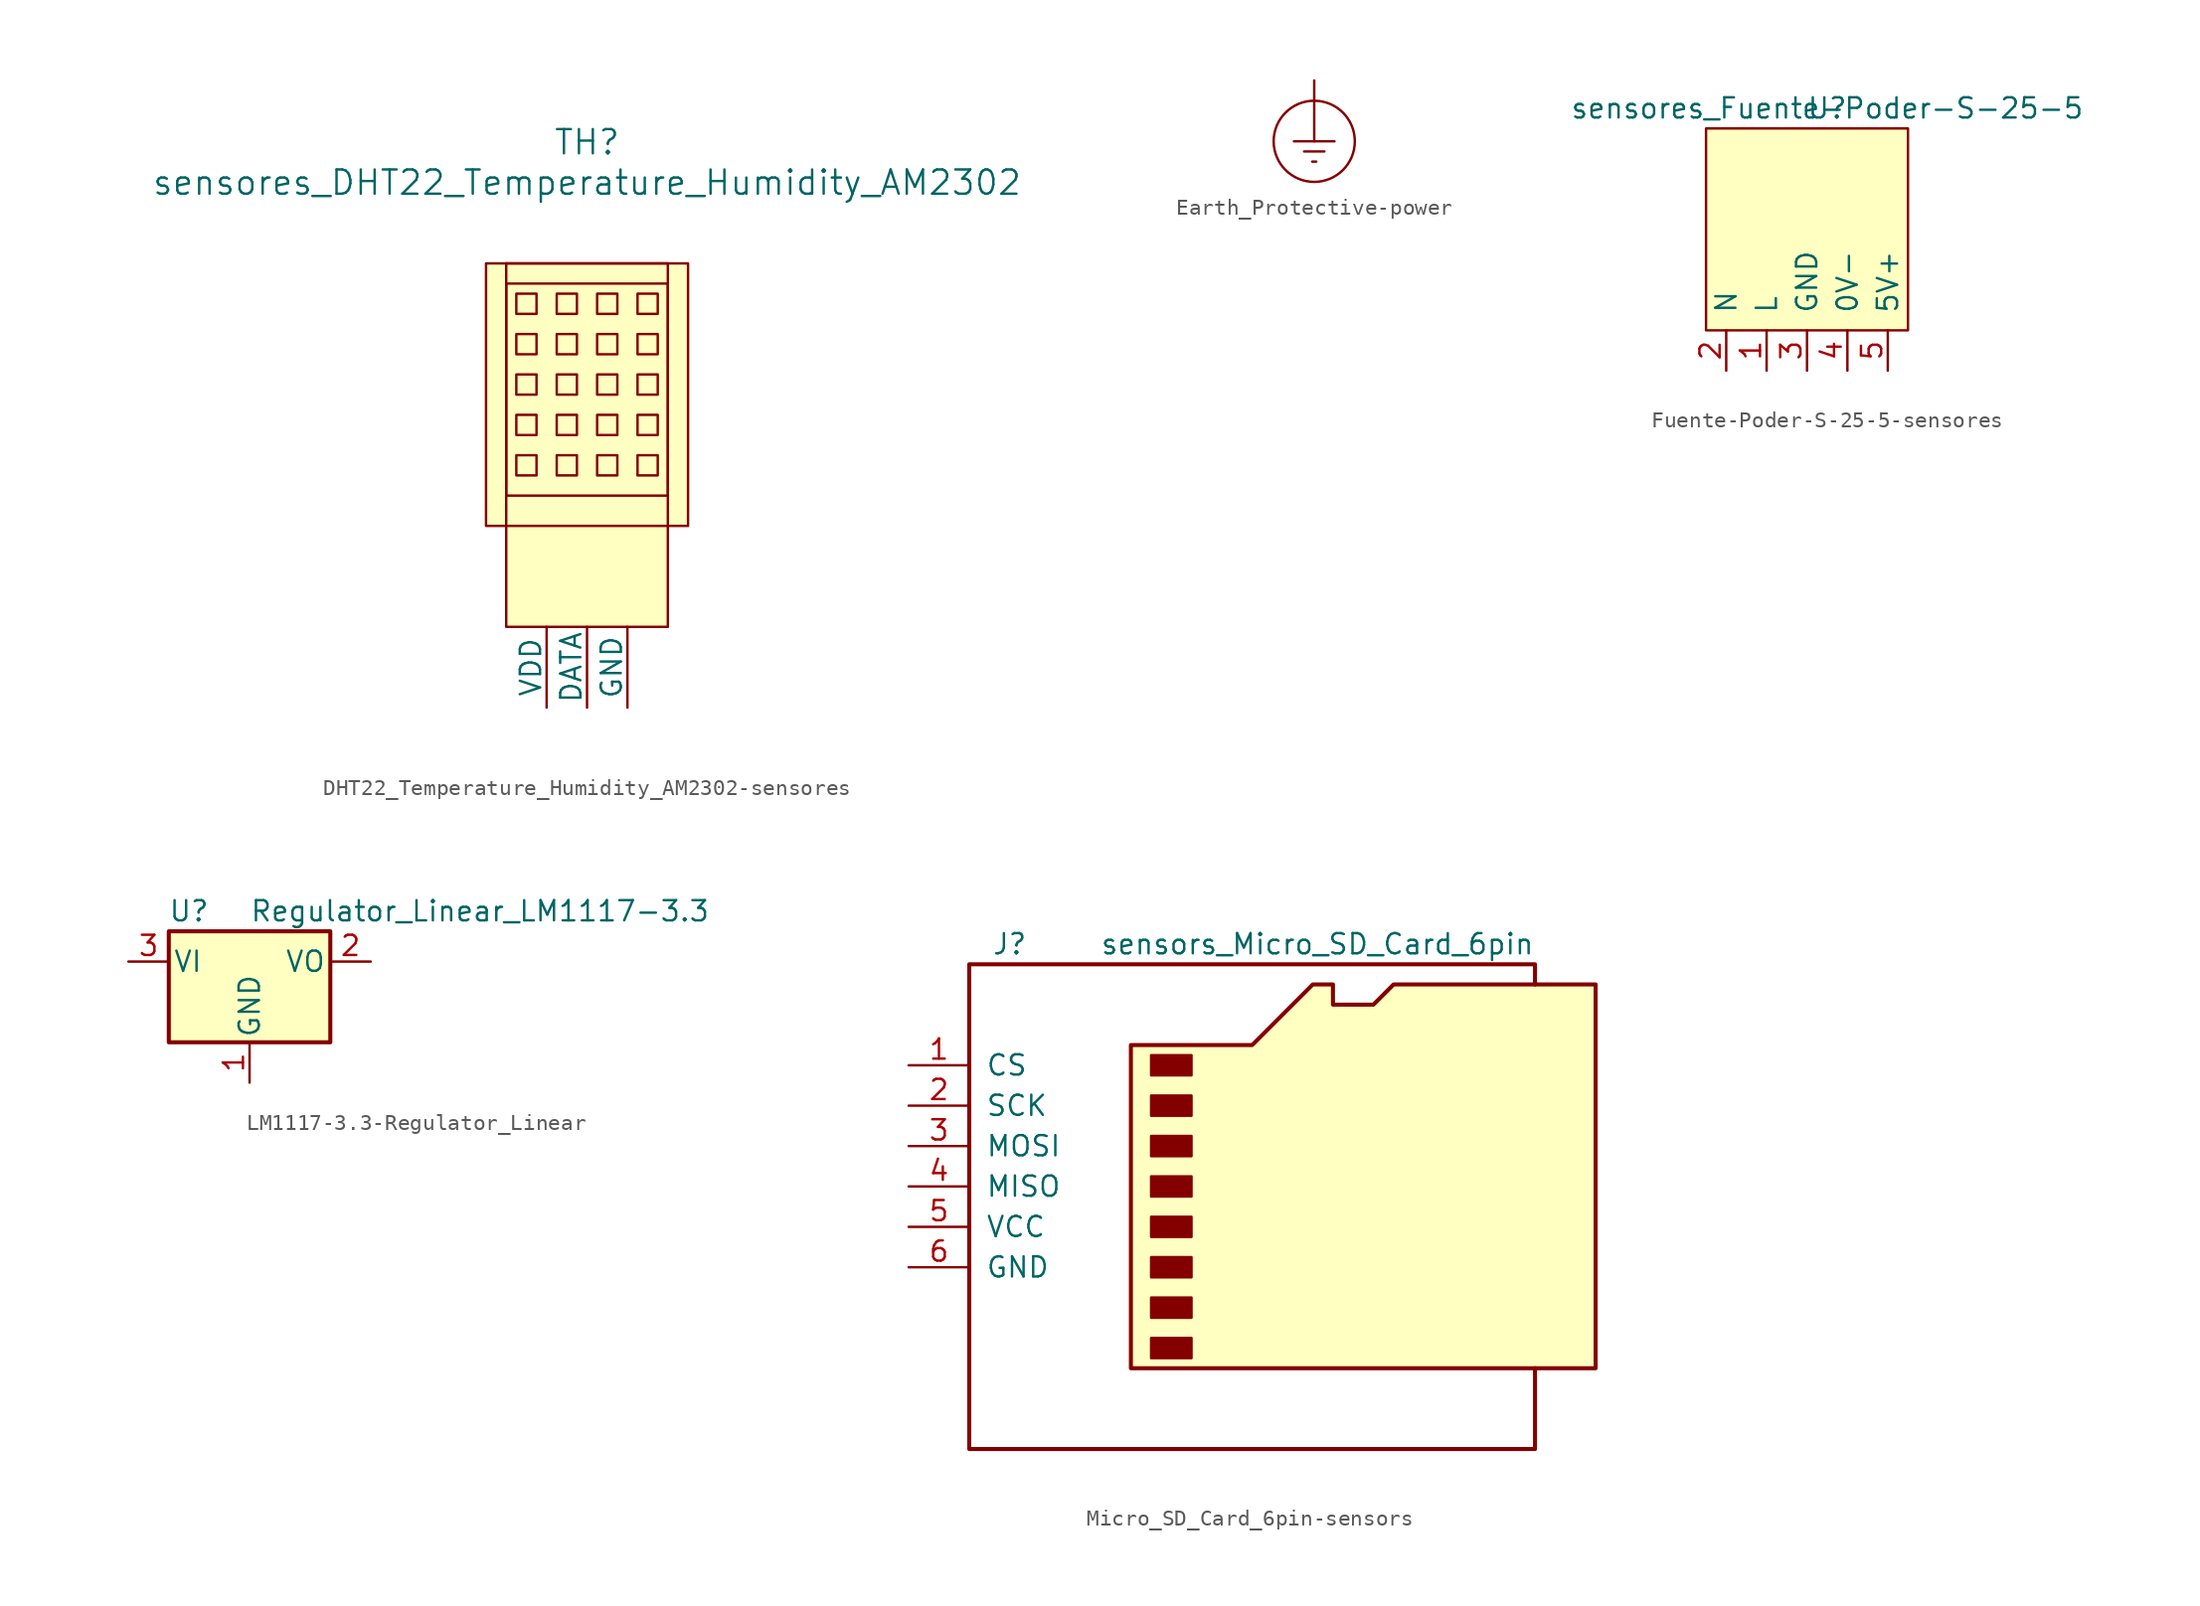
<source format=kicad_sym>
(kicad_symbol_lib
  (version 20231120)
  (generator "kicad_symbol_editor")
  (generator_version "8.0")
  (symbol "DHT22_Temperature_Humidity_AM2302-sensores"
    (pin_numbers hide)
    (pin_names
      (offset 0))
    (property "Reference" "TH"
      (at 0 26.67 0)
      (effects (font (size 1.524 1.524))))
    (property "Value" "sensores_DHT22_Temperature_Humidity_AM2302"
      (at 0 24.13 0)
      (effects (font (size 1.524 1.524))))
    (property "Footprint" ""
      (at 1.27 -2.54 0)
      (effects (font (size 1.524 1.524))))
    (property "Datasheet" ""
      (at 1.27 -2.54 0)
      (effects (font (size 1.524 1.524))))
    (symbol "DHT22_Temperature_Humidity_AM2302-sensores_0_1"
      (rectangle (start -6.35 2.54) (end 6.35 19.05) (stroke (width 0) (type solid)) (fill (type background)))
      (rectangle (start -5.08 19.05) (end -5.08 19.05) (stroke (width 0) (type solid)) (fill (type none)))
      (rectangle (start -4.445 6.985) (end -3.175 5.715) (stroke (width 0) (type solid)) (fill (type none)))
      (rectangle (start -4.445 9.525) (end -3.175 8.255) (stroke (width 0) (type solid)) (fill (type none)))
      (rectangle (start -4.445 12.065) (end -3.175 10.795) (stroke (width 0) (type solid)) (fill (type none)))
      (rectangle (start -4.445 14.605) (end -3.175 13.335) (stroke (width 0) (type solid)) (fill (type none)))
      (rectangle (start -4.445 17.145) (end -3.175 15.875) (stroke (width 0) (type solid)) (fill (type none)))
      (rectangle (start -1.905 5.715) (end -0.635 6.985) (stroke (width 0) (type solid)) (fill (type none)))
      (rectangle (start -1.905 8.255) (end -0.635 9.525) (stroke (width 0) (type solid)) (fill (type none)))
      (rectangle (start -1.905 10.795) (end -0.635 12.065) (stroke (width 0) (type solid)) (fill (type none)))
      (rectangle (start -1.905 13.335) (end -0.635 14.605) (stroke (width 0) (type solid)) (fill (type none)))
      (rectangle (start -1.905 15.875) (end -0.635 17.145) (stroke (width 0) (type solid)) (fill (type none)))
      (rectangle (start 0.635 5.715) (end 1.905 6.985) (stroke (width 0) (type solid)) (fill (type none)))
      (rectangle (start 0.635 8.255) (end 1.905 9.525) (stroke (width 0) (type solid)) (fill (type none)))
      (rectangle (start 0.635 10.795) (end 1.905 12.065) (stroke (width 0) (type solid)) (fill (type none)))
      (rectangle (start 0.635 13.335) (end 1.905 14.605) (stroke (width 0) (type solid)) (fill (type none)))
      (rectangle (start 0.635 15.875) (end 1.905 17.145) (stroke (width 0) (type solid)) (fill (type none)))
      (rectangle (start 3.175 5.715) (end 4.445 6.985) (stroke (width 0) (type solid)) (fill (type none)))
      (rectangle (start 3.175 8.255) (end 4.445 9.525) (stroke (width 0) (type solid)) (fill (type none)))
      (rectangle (start 3.175 10.795) (end 4.445 12.065) (stroke (width 0) (type solid)) (fill (type none)))
      (rectangle (start 3.175 13.335) (end 4.445 14.605) (stroke (width 0) (type solid)) (fill (type none)))
      (rectangle (start 3.175 15.875) (end 4.445 17.145) (stroke (width 0) (type solid)) (fill (type none)))
      (rectangle (start 5.08 -3.81) (end -5.08 19.05) (stroke (width 0) (type solid)) (fill (type background)))
      (rectangle (start 5.08 4.445) (end -5.08 17.78) (stroke (width 0) (type solid)) (fill (type none))))
    (symbol "DHT22_Temperature_Humidity_AM2302-sensores_1_1"
      (pin power_in line (at -2.54 -8.89 90) (length 5.08) (name "VDD" (effects (font (size 1.27 1.27)))) (number "1" (effects (font (size 1.27 1.27)))))
      (pin input line (at 0 -8.89 90) (length 5.08) (name "DATA" (effects (font (size 1.27 1.27)))) (number "2" (effects (font (size 1.27 1.27)))))
      (pin power_in line (at 2.54 -8.89 90) (length 5.08) (name "GND" (effects (font (size 1.27 1.27)))) (number "3" (effects (font (size 1.27 1.27)))))))
  (symbol "Earth_Protective-power"
    (power)
    (pin_names
      (offset 0))
    (property "Reference" "#PWR"
      (at 6.35 -6.35 0)
      (effects (font (size 1.27 1.27)) (hide yes)))
    (symbol "Earth_Protective-power_0_1"
      (circle (center 0 -3.81) (radius 2.54) (stroke (width 0) (type solid)) (fill (type none)))
      (polyline (pts (xy -0.635 -4.445) (xy 0.635 -4.445)) (stroke (width 0) (type solid)) (fill (type none)))
      (polyline (pts (xy -0.127 -5.08) (xy 0.127 -5.08)) (stroke (width 0) (type solid)) (fill (type none)))
      (polyline (pts (xy 0 -3.81) (xy 0 0)) (stroke (width 0) (type solid)) (fill (type none)))
      (polyline (pts (xy 1.27 -3.81) (xy -1.27 -3.81)) (stroke (width 0) (type solid)) (fill (type none))))
    (symbol "Earth_Protective-power_1_1"
      (pin power_in line (at 0 0 270) (length 0) hide (name "Earth_Protective" (effects (font (size 1.27 1.27)))) (number "1" (effects (font (size 1.27 1.27)))))))
  (symbol "Fuente-Poder-S-25-5-sensores"
    (pin_names
      (offset 1.016))
    (property "Reference" "U"
      (at 0 0 0)
      (effects (font (size 1.27 1.27))))
    (property "Value" "sensores_Fuente-Poder-S-25-5"
      (at 0 0 0)
      (effects (font (size 1.27 1.27))))
    (symbol "Fuente-Poder-S-25-5-sensores_0_1"
      (rectangle (start -7.62 -1.27) (end 5.08 -13.97) (stroke (width 0) (type solid)) (fill (type background))))
    (symbol "Fuente-Poder-S-25-5-sensores_1_1"
      (pin input line (at -3.81 -16.51 90) (length 2.54) (name "L" (effects (font (size 1.27 1.27)))) (number "1" (effects (font (size 1.27 1.27)))))
      (pin input line (at -6.35 -16.51 90) (length 2.54) (name "N" (effects (font (size 1.27 1.27)))) (number "2" (effects (font (size 1.27 1.27)))))
      (pin input line (at -1.27 -16.51 90) (length 2.54) (name "GND" (effects (font (size 1.27 1.27)))) (number "3" (effects (font (size 1.27 1.27)))))
      (pin output line (at 1.27 -16.51 90) (length 2.54) (name "0V-" (effects (font (size 1.27 1.27)))) (number "4" (effects (font (size 1.27 1.27)))))
      (pin output line (at 3.81 -16.51 90) (length 2.54) (name "5V+" (effects (font (size 1.27 1.27)))) (number "5" (effects (font (size 1.27 1.27)))))))
  (symbol "LM1117-3.3-Regulator_Linear"
    (pin_names
      (offset 0.254))
    (property "Reference" "U"
      (at -3.81 3.175 0)
      (effects (font (size 1.27 1.27))))
    (property "Value" "Regulator_Linear_LM1117-3.3"
      (at 0 3.175 0)
      (effects (font (size 1.27 1.27)) (justify left)))
    (symbol "LM1117-3.3-Regulator_Linear_0_1"
      (rectangle (start -5.08 -5.08) (end 5.08 1.905) (stroke (width 0.254) (type solid)) (fill (type background))))
    (symbol "LM1117-3.3-Regulator_Linear_1_1"
      (pin power_in line (at 0 -7.62 90) (length 2.54) (name "GND" (effects (font (size 1.27 1.27)))) (number "1" (effects (font (size 1.27 1.27)))))
      (pin power_out line (at 7.62 0 180) (length 2.54) (name "VO" (effects (font (size 1.27 1.27)))) (number "2" (effects (font (size 1.27 1.27)))))
      (pin power_in line (at -7.62 0 0) (length 2.54) (name "VI" (effects (font (size 1.27 1.27)))) (number "3" (effects (font (size 1.27 1.27)))))))
  (symbol "Micro_SD_Card_6pin-sensors"
    (pin_names
      (offset 1.016))
    (property "Reference" "J"
      (at -16.51 15.24 0)
      (effects (font (size 1.27 1.27))))
    (property "Value" "sensors_Micro_SD_Card_6pin"
      (at 16.51 15.24 0)
      (effects (font (size 1.27 1.27)) (justify right)))
    (symbol "Micro_SD_Card_6pin-sensors_0_1"
      (rectangle (start -7.62 -9.525) (end -5.08 -10.795) (stroke (width 0) (type solid)) (fill (type outline)))
      (rectangle (start -7.62 -6.985) (end -5.08 -8.255) (stroke (width 0) (type solid)) (fill (type outline)))
      (rectangle (start -7.62 -4.445) (end -5.08 -5.715) (stroke (width 0) (type solid)) (fill (type outline)))
      (rectangle (start -7.62 -1.905) (end -5.08 -3.175) (stroke (width 0) (type solid)) (fill (type outline)))
      (rectangle (start -7.62 0.635) (end -5.08 -0.635) (stroke (width 0) (type solid)) (fill (type outline)))
      (rectangle (start -7.62 3.175) (end -5.08 1.905) (stroke (width 0) (type solid)) (fill (type outline)))
      (rectangle (start -7.62 5.715) (end -5.08 4.445) (stroke (width 0) (type solid)) (fill (type outline)))
      (rectangle (start -7.62 8.255) (end -5.08 6.985) (stroke (width 0) (type solid)) (fill (type outline)))
      (polyline (pts (xy 16.51 12.7) (xy 16.51 13.97) (xy -19.05 13.97) (xy -19.05 -16.51) (xy 16.51 -16.51) (xy 16.51 -11.43)) (stroke (width 0.254) (type solid)) (fill (type none)))
      (polyline (pts (xy -8.89 -11.43) (xy -8.89 8.89) (xy -1.27 8.89) (xy 2.54 12.7) (xy 3.81 12.7) (xy 3.81 11.43) (xy 6.35 11.43) (xy 7.62 12.7) (xy 20.32 12.7) (xy 20.32 -11.43) (xy -8.89 -11.43)) (stroke (width 0.254) (type solid)) (fill (type background))))
    (symbol "Micro_SD_Card_6pin-sensors_1_1"
      (pin bidirectional line (at -22.86 7.62 0) (length 3.81) (name "CS" (effects (font (size 1.27 1.27)))) (number "1" (effects (font (size 1.27 1.27)))))
      (pin bidirectional line (at -22.86 5.08 0) (length 3.81) (name "SCK" (effects (font (size 1.27 1.27)))) (number "2" (effects (font (size 1.27 1.27)))))
      (pin input line (at -22.86 2.54 0) (length 3.81) (name "MOSI" (effects (font (size 1.27 1.27)))) (number "3" (effects (font (size 1.27 1.27)))))
      (pin power_in line (at -22.86 0 0) (length 3.81) (name "MISO" (effects (font (size 1.27 1.27)))) (number "4" (effects (font (size 1.27 1.27)))))
      (pin input line (at -22.86 -2.54 0) (length 3.81) (name "VCC" (effects (font (size 1.27 1.27)))) (number "5" (effects (font (size 1.27 1.27)))))
      (pin power_in line (at -22.86 -5.08 0) (length 3.81) (name "GND" (effects (font (size 1.27 1.27)))) (number "6" (effects (font (size 1.27 1.27))))))))
</source>
